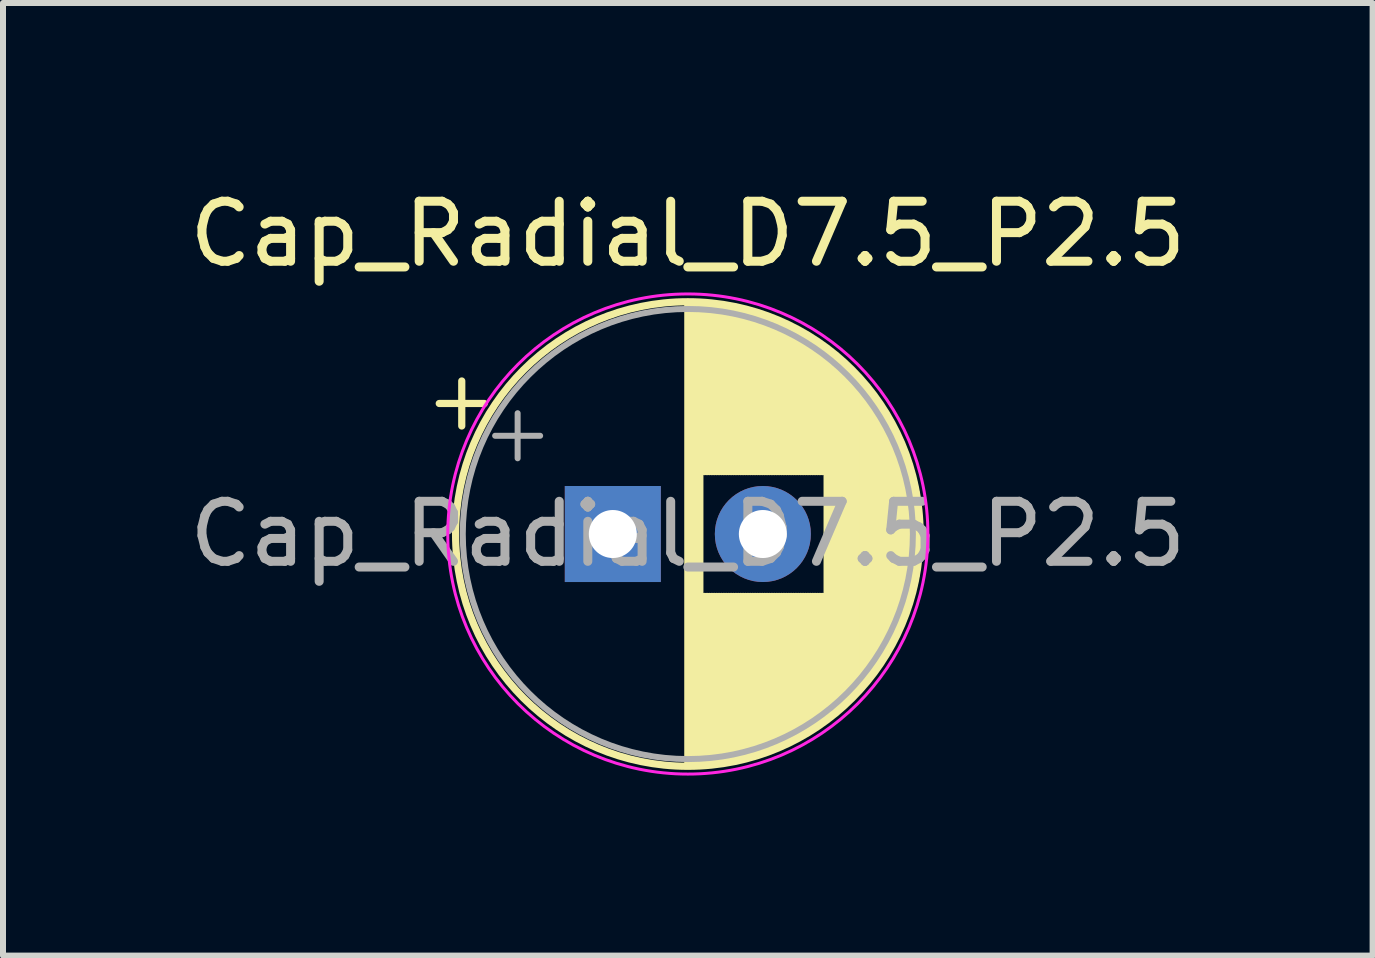
<source format=kicad_pcb>
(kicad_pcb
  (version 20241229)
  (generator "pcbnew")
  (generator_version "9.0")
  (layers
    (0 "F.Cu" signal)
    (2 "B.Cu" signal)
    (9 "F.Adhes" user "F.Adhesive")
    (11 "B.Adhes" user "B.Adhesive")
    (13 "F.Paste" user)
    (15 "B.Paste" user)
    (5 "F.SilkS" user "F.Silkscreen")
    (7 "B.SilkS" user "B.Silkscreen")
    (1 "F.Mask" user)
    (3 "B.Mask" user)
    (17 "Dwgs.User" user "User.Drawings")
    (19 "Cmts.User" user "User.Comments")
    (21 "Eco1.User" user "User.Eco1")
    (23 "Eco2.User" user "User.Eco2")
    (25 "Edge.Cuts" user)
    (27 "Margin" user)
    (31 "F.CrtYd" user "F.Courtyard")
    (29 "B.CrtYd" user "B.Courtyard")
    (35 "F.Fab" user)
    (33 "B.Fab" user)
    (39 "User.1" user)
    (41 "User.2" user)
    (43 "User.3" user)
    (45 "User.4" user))
  (footprint "Cap_Radial_D7.5_P2.5"
    (layer "F.Cu")
    (at 7.161 5.848)
    (property "Reference" "Cap_Radial_D7.5_P2.5" (at 1.25 -5 0) (layer "F.SilkS") (effects (font (size 1 1) (thickness 0.15))))
    (attr through_hole)
    (fp_line (start -2.892 -2.175) (end -2.142 -2.175) (stroke (width 0.12) (type solid)) (layer "F.SilkS"))
    (fp_line (start -2.517 -2.55) (end -2.517 -1.8) (stroke (width 0.12) (type solid)) (layer "F.SilkS"))
    (fp_line (start 1.25 -3.83) (end 1.25 3.83) (stroke (width 0.12) (type solid)) (layer "F.SilkS"))
    (fp_line (start 1.29 -3.83) (end 1.29 3.83) (stroke (width 0.12) (type solid)) (layer "F.SilkS"))
    (fp_line (start 1.33 -3.83) (end 1.33 3.83) (stroke (width 0.12) (type solid)) (layer "F.SilkS"))
    (fp_line (start 1.37 -3.829) (end 1.37 3.829) (stroke (width 0.12) (type solid)) (layer "F.SilkS"))
    (fp_line (start 1.41 -3.827) (end 1.41 3.827) (stroke (width 0.12) (type solid)) (layer "F.SilkS"))
    (fp_line (start 1.45 -3.825) (end 1.45 3.825) (stroke (width 0.12) (type solid)) (layer "F.SilkS"))
    (fp_line (start 1.49 -3.823) (end 1.49 -1.04) (stroke (width 0.12) (type solid)) (layer "F.SilkS"))
    (fp_line (start 1.49 1.04) (end 1.49 3.823) (stroke (width 0.12) (type solid)) (layer "F.SilkS"))
    (fp_line (start 1.53 -3.82) (end 1.53 -1.04) (stroke (width 0.12) (type solid)) (layer "F.SilkS"))
    (fp_line (start 1.53 1.04) (end 1.53 3.82) (stroke (width 0.12) (type solid)) (layer "F.SilkS"))
    (fp_line (start 1.57 -3.817) (end 1.57 -1.04) (stroke (width 0.12) (type solid)) (layer "F.SilkS"))
    (fp_line (start 1.57 1.04) (end 1.57 3.817) (stroke (width 0.12) (type solid)) (layer "F.SilkS"))
    (fp_line (start 1.61 -3.814) (end 1.61 -1.04) (stroke (width 0.12) (type solid)) (layer "F.SilkS"))
    (fp_line (start 1.61 1.04) (end 1.61 3.814) (stroke (width 0.12) (type solid)) (layer "F.SilkS"))
    (fp_line (start 1.65 -3.81) (end 1.65 -1.04) (stroke (width 0.12) (type solid)) (layer "F.SilkS"))
    (fp_line (start 1.65 1.04) (end 1.65 3.81) (stroke (width 0.12) (type solid)) (layer "F.SilkS"))
    (fp_line (start 1.69 -3.805) (end 1.69 -1.04) (stroke (width 0.12) (type solid)) (layer "F.SilkS"))
    (fp_line (start 1.69 1.04) (end 1.69 3.805) (stroke (width 0.12) (type solid)) (layer "F.SilkS"))
    (fp_line (start 1.73 -3.801) (end 1.73 -1.04) (stroke (width 0.12) (type solid)) (layer "F.SilkS"))
    (fp_line (start 1.73 1.04) (end 1.73 3.801) (stroke (width 0.12) (type solid)) (layer "F.SilkS"))
    (fp_line (start 1.77 -3.795) (end 1.77 -1.04) (stroke (width 0.12) (type solid)) (layer "F.SilkS"))
    (fp_line (start 1.77 1.04) (end 1.77 3.795) (stroke (width 0.12) (type solid)) (layer "F.SilkS"))
    (fp_line (start 1.81 -3.79) (end 1.81 -1.04) (stroke (width 0.12) (type solid)) (layer "F.SilkS"))
    (fp_line (start 1.81 1.04) (end 1.81 3.79) (stroke (width 0.12) (type solid)) (layer "F.SilkS"))
    (fp_line (start 1.85 -3.784) (end 1.85 -1.04) (stroke (width 0.12) (type solid)) (layer "F.SilkS"))
    (fp_line (start 1.85 1.04) (end 1.85 3.784) (stroke (width 0.12) (type solid)) (layer "F.SilkS"))
    (fp_line (start 1.89 -3.777) (end 1.89 -1.04) (stroke (width 0.12) (type solid)) (layer "F.SilkS"))
    (fp_line (start 1.89 1.04) (end 1.89 3.777) (stroke (width 0.12) (type solid)) (layer "F.SilkS"))
    (fp_line (start 1.93 -3.77) (end 1.93 -1.04) (stroke (width 0.12) (type solid)) (layer "F.SilkS"))
    (fp_line (start 1.93 1.04) (end 1.93 3.77) (stroke (width 0.12) (type solid)) (layer "F.SilkS"))
    (fp_line (start 1.971 -3.763) (end 1.971 -1.04) (stroke (width 0.12) (type solid)) (layer "F.SilkS"))
    (fp_line (start 1.971 1.04) (end 1.971 3.763) (stroke (width 0.12) (type solid)) (layer "F.SilkS"))
    (fp_line (start 2.011 -3.755) (end 2.011 -1.04) (stroke (width 0.12) (type solid)) (layer "F.SilkS"))
    (fp_line (start 2.011 1.04) (end 2.011 3.755) (stroke (width 0.12) (type solid)) (layer "F.SilkS"))
    (fp_line (start 2.051 -3.747) (end 2.051 -1.04) (stroke (width 0.12) (type solid)) (layer "F.SilkS"))
    (fp_line (start 2.051 1.04) (end 2.051 3.747) (stroke (width 0.12) (type solid)) (layer "F.SilkS"))
    (fp_line (start 2.091 -3.738) (end 2.091 -1.04) (stroke (width 0.12) (type solid)) (layer "F.SilkS"))
    (fp_line (start 2.091 1.04) (end 2.091 3.738) (stroke (width 0.12) (type solid)) (layer "F.SilkS"))
    (fp_line (start 2.131 -3.729) (end 2.131 -1.04) (stroke (width 0.12) (type solid)) (layer "F.SilkS"))
    (fp_line (start 2.131 1.04) (end 2.131 3.729) (stroke (width 0.12) (type solid)) (layer "F.SilkS"))
    (fp_line (start 2.171 -3.72) (end 2.171 -1.04) (stroke (width 0.12) (type solid)) (layer "F.SilkS"))
    (fp_line (start 2.171 1.04) (end 2.171 3.72) (stroke (width 0.12) (type solid)) (layer "F.SilkS"))
    (fp_line (start 2.211 -3.71) (end 2.211 -1.04) (stroke (width 0.12) (type solid)) (layer "F.SilkS"))
    (fp_line (start 2.211 1.04) (end 2.211 3.71) (stroke (width 0.12) (type solid)) (layer "F.SilkS"))
    (fp_line (start 2.251 -3.699) (end 2.251 -1.04) (stroke (width 0.12) (type solid)) (layer "F.SilkS"))
    (fp_line (start 2.251 1.04) (end 2.251 3.699) (stroke (width 0.12) (type solid)) (layer "F.SilkS"))
    (fp_line (start 2.291 -3.688) (end 2.291 -1.04) (stroke (width 0.12) (type solid)) (layer "F.SilkS"))
    (fp_line (start 2.291 1.04) (end 2.291 3.688) (stroke (width 0.12) (type solid)) (layer "F.SilkS"))
    (fp_line (start 2.331 -3.677) (end 2.331 -1.04) (stroke (width 0.12) (type solid)) (layer "F.SilkS"))
    (fp_line (start 2.331 1.04) (end 2.331 3.677) (stroke (width 0.12) (type solid)) (layer "F.SilkS"))
    (fp_line (start 2.371 -3.665) (end 2.371 -1.04) (stroke (width 0.12) (type solid)) (layer "F.SilkS"))
    (fp_line (start 2.371 1.04) (end 2.371 3.665) (stroke (width 0.12) (type solid)) (layer "F.SilkS"))
    (fp_line (start 2.411 -3.653) (end 2.411 -1.04) (stroke (width 0.12) (type solid)) (layer "F.SilkS"))
    (fp_line (start 2.411 1.04) (end 2.411 3.653) (stroke (width 0.12) (type solid)) (layer "F.SilkS"))
    (fp_line (start 2.451 -3.64) (end 2.451 -1.04) (stroke (width 0.12) (type solid)) (layer "F.SilkS"))
    (fp_line (start 2.451 1.04) (end 2.451 3.64) (stroke (width 0.12) (type solid)) (layer "F.SilkS"))
    (fp_line (start 2.491 -3.626) (end 2.491 -1.04) (stroke (width 0.12) (type solid)) (layer "F.SilkS"))
    (fp_line (start 2.491 1.04) (end 2.491 3.626) (stroke (width 0.12) (type solid)) (layer "F.SilkS"))
    (fp_line (start 2.531 -3.613) (end 2.531 -1.04) (stroke (width 0.12) (type solid)) (layer "F.SilkS"))
    (fp_line (start 2.531 1.04) (end 2.531 3.613) (stroke (width 0.12) (type solid)) (layer "F.SilkS"))
    (fp_line (start 2.571 -3.598) (end 2.571 -1.04) (stroke (width 0.12) (type solid)) (layer "F.SilkS"))
    (fp_line (start 2.571 1.04) (end 2.571 3.598) (stroke (width 0.12) (type solid)) (layer "F.SilkS"))
    (fp_line (start 2.611 -3.584) (end 2.611 -1.04) (stroke (width 0.12) (type solid)) (layer "F.SilkS"))
    (fp_line (start 2.611 1.04) (end 2.611 3.584) (stroke (width 0.12) (type solid)) (layer "F.SilkS"))
    (fp_line (start 2.651 -3.568) (end 2.651 -1.04) (stroke (width 0.12) (type solid)) (layer "F.SilkS"))
    (fp_line (start 2.651 1.04) (end 2.651 3.568) (stroke (width 0.12) (type solid)) (layer "F.SilkS"))
    (fp_line (start 2.691 -3.553) (end 2.691 -1.04) (stroke (width 0.12) (type solid)) (layer "F.SilkS"))
    (fp_line (start 2.691 1.04) (end 2.691 3.553) (stroke (width 0.12) (type solid)) (layer "F.SilkS"))
    (fp_line (start 2.731 -3.536) (end 2.731 -1.04) (stroke (width 0.12) (type solid)) (layer "F.SilkS"))
    (fp_line (start 2.731 1.04) (end 2.731 3.536) (stroke (width 0.12) (type solid)) (layer "F.SilkS"))
    (fp_line (start 2.771 -3.52) (end 2.771 -1.04) (stroke (width 0.12) (type solid)) (layer "F.SilkS"))
    (fp_line (start 2.771 1.04) (end 2.771 3.52) (stroke (width 0.12) (type solid)) (layer "F.SilkS"))
    (fp_line (start 2.811 -3.502) (end 2.811 -1.04) (stroke (width 0.12) (type solid)) (layer "F.SilkS"))
    (fp_line (start 2.811 1.04) (end 2.811 3.502) (stroke (width 0.12) (type solid)) (layer "F.SilkS"))
    (fp_line (start 2.851 -3.484) (end 2.851 -1.04) (stroke (width 0.12) (type solid)) (layer "F.SilkS"))
    (fp_line (start 2.851 1.04) (end 2.851 3.484) (stroke (width 0.12) (type solid)) (layer "F.SilkS"))
    (fp_line (start 2.891 -3.466) (end 2.891 -1.04) (stroke (width 0.12) (type solid)) (layer "F.SilkS"))
    (fp_line (start 2.891 1.04) (end 2.891 3.466) (stroke (width 0.12) (type solid)) (layer "F.SilkS"))
    (fp_line (start 2.931 -3.447) (end 2.931 -1.04) (stroke (width 0.12) (type solid)) (layer "F.SilkS"))
    (fp_line (start 2.931 1.04) (end 2.931 3.447) (stroke (width 0.12) (type solid)) (layer "F.SilkS"))
    (fp_line (start 2.971 -3.427) (end 2.971 -1.04) (stroke (width 0.12) (type solid)) (layer "F.SilkS"))
    (fp_line (start 2.971 1.04) (end 2.971 3.427) (stroke (width 0.12) (type solid)) (layer "F.SilkS"))
    (fp_line (start 3.011 -3.407) (end 3.011 -1.04) (stroke (width 0.12) (type solid)) (layer "F.SilkS"))
    (fp_line (start 3.011 1.04) (end 3.011 3.407) (stroke (width 0.12) (type solid)) (layer "F.SilkS"))
    (fp_line (start 3.051 -3.386) (end 3.051 -1.04) (stroke (width 0.12) (type solid)) (layer "F.SilkS"))
    (fp_line (start 3.051 1.04) (end 3.051 3.386) (stroke (width 0.12) (type solid)) (layer "F.SilkS"))
    (fp_line (start 3.091 -3.365) (end 3.091 -1.04) (stroke (width 0.12) (type solid)) (layer "F.SilkS"))
    (fp_line (start 3.091 1.04) (end 3.091 3.365) (stroke (width 0.12) (type solid)) (layer "F.SilkS"))
    (fp_line (start 3.131 -3.343) (end 3.131 -1.04) (stroke (width 0.12) (type solid)) (layer "F.SilkS"))
    (fp_line (start 3.131 1.04) (end 3.131 3.343) (stroke (width 0.12) (type solid)) (layer "F.SilkS"))
    (fp_line (start 3.171 -3.321) (end 3.171 -1.04) (stroke (width 0.12) (type solid)) (layer "F.SilkS"))
    (fp_line (start 3.171 1.04) (end 3.171 3.321) (stroke (width 0.12) (type solid)) (layer "F.SilkS"))
    (fp_line (start 3.211 -3.297) (end 3.211 -1.04) (stroke (width 0.12) (type solid)) (layer "F.SilkS"))
    (fp_line (start 3.211 1.04) (end 3.211 3.297) (stroke (width 0.12) (type solid)) (layer "F.SilkS"))
    (fp_line (start 3.251 -3.274) (end 3.251 -1.04) (stroke (width 0.12) (type solid)) (layer "F.SilkS"))
    (fp_line (start 3.251 1.04) (end 3.251 3.274) (stroke (width 0.12) (type solid)) (layer "F.SilkS"))
    (fp_line (start 3.291 -3.249) (end 3.291 -1.04) (stroke (width 0.12) (type solid)) (layer "F.SilkS"))
    (fp_line (start 3.291 1.04) (end 3.291 3.249) (stroke (width 0.12) (type solid)) (layer "F.SilkS"))
    (fp_line (start 3.331 -3.224) (end 3.331 -1.04) (stroke (width 0.12) (type solid)) (layer "F.SilkS"))
    (fp_line (start 3.331 1.04) (end 3.331 3.224) (stroke (width 0.12) (type solid)) (layer "F.SilkS"))
    (fp_line (start 3.371 -3.198) (end 3.371 -1.04) (stroke (width 0.12) (type solid)) (layer "F.SilkS"))
    (fp_line (start 3.371 1.04) (end 3.371 3.198) (stroke (width 0.12) (type solid)) (layer "F.SilkS"))
    (fp_line (start 3.411 -3.172) (end 3.411 -1.04) (stroke (width 0.12) (type solid)) (layer "F.SilkS"))
    (fp_line (start 3.411 1.04) (end 3.411 3.172) (stroke (width 0.12) (type solid)) (layer "F.SilkS"))
    (fp_line (start 3.451 -3.144) (end 3.451 -1.04) (stroke (width 0.12) (type solid)) (layer "F.SilkS"))
    (fp_line (start 3.451 1.04) (end 3.451 3.144) (stroke (width 0.12) (type solid)) (layer "F.SilkS"))
    (fp_line (start 3.491 -3.116) (end 3.491 -1.04) (stroke (width 0.12) (type solid)) (layer "F.SilkS"))
    (fp_line (start 3.491 1.04) (end 3.491 3.116) (stroke (width 0.12) (type solid)) (layer "F.SilkS"))
    (fp_line (start 3.531 -3.088) (end 3.531 -1.04) (stroke (width 0.12) (type solid)) (layer "F.SilkS"))
    (fp_line (start 3.531 1.04) (end 3.531 3.088) (stroke (width 0.12) (type solid)) (layer "F.SilkS"))
    (fp_line (start 3.571 -3.058) (end 3.571 3.058) (stroke (width 0.12) (type solid)) (layer "F.SilkS"))
    (fp_line (start 3.611 -3.028) (end 3.611 3.028) (stroke (width 0.12) (type solid)) (layer "F.SilkS"))
    (fp_line (start 3.651 -2.996) (end 3.651 2.996) (stroke (width 0.12) (type solid)) (layer "F.SilkS"))
    (fp_line (start 3.691 -2.964) (end 3.691 2.964) (stroke (width 0.12) (type solid)) (layer "F.SilkS"))
    (fp_line (start 3.731 -2.931) (end 3.731 2.931) (stroke (width 0.12) (type solid)) (layer "F.SilkS"))
    (fp_line (start 3.771 -2.898) (end 3.771 2.898) (stroke (width 0.12) (type solid)) (layer "F.SilkS"))
    (fp_line (start 3.811 -2.863) (end 3.811 2.863) (stroke (width 0.12) (type solid)) (layer "F.SilkS"))
    (fp_line (start 3.851 -2.827) (end 3.851 2.827) (stroke (width 0.12) (type solid)) (layer "F.SilkS"))
    (fp_line (start 3.891 -2.79) (end 3.891 2.79) (stroke (width 0.12) (type solid)) (layer "F.SilkS"))
    (fp_line (start 3.931 -2.752) (end 3.931 2.752) (stroke (width 0.12) (type solid)) (layer "F.SilkS"))
    (fp_line (start 3.971 -2.713) (end 3.971 2.713) (stroke (width 0.12) (type solid)) (layer "F.SilkS"))
    (fp_line (start 4.011 -2.673) (end 4.011 2.673) (stroke (width 0.12) (type solid)) (layer "F.SilkS"))
    (fp_line (start 4.051 -2.632) (end 4.051 2.632) (stroke (width 0.12) (type solid)) (layer "F.SilkS"))
    (fp_line (start 4.091 -2.589) (end 4.091 2.589) (stroke (width 0.12) (type solid)) (layer "F.SilkS"))
    (fp_line (start 4.131 -2.546) (end 4.131 2.546) (stroke (width 0.12) (type solid)) (layer "F.SilkS"))
    (fp_line (start 4.171 -2.5) (end 4.171 2.5) (stroke (width 0.12) (type solid)) (layer "F.SilkS"))
    (fp_line (start 4.211 -2.454) (end 4.211 2.454) (stroke (width 0.12) (type solid)) (layer "F.SilkS"))
    (fp_line (start 4.251 -2.405) (end 4.251 2.405) (stroke (width 0.12) (type solid)) (layer "F.SilkS"))
    (fp_line (start 4.291 -2.355) (end 4.291 2.355) (stroke (width 0.12) (type solid)) (layer "F.SilkS"))
    (fp_line (start 4.331 -2.304) (end 4.331 2.304) (stroke (width 0.12) (type solid)) (layer "F.SilkS"))
    (fp_line (start 4.371 -2.25) (end 4.371 2.25) (stroke (width 0.12) (type solid)) (layer "F.SilkS"))
    (fp_line (start 4.411 -2.195) (end 4.411 2.195) (stroke (width 0.12) (type solid)) (layer "F.SilkS"))
    (fp_line (start 4.451 -2.137) (end 4.451 2.137) (stroke (width 0.12) (type solid)) (layer "F.SilkS"))
    (fp_line (start 4.491 -2.077) (end 4.491 2.077) (stroke (width 0.12) (type solid)) (layer "F.SilkS"))
    (fp_line (start 4.531 -2.014) (end 4.531 2.014) (stroke (width 0.12) (type solid)) (layer "F.SilkS"))
    (fp_line (start 4.571 -1.949) (end 4.571 1.949) (stroke (width 0.12) (type solid)) (layer "F.SilkS"))
    (fp_line (start 4.611 -1.881) (end 4.611 1.881) (stroke (width 0.12) (type solid)) (layer "F.SilkS"))
    (fp_line (start 4.651 -1.809) (end 4.651 1.809) (stroke (width 0.12) (type solid)) (layer "F.SilkS"))
    (fp_line (start 4.691 -1.733) (end 4.691 1.733) (stroke (width 0.12) (type solid)) (layer "F.SilkS"))
    (fp_line (start 4.731 -1.654) (end 4.731 1.654) (stroke (width 0.12) (type solid)) (layer "F.SilkS"))
    (fp_line (start 4.771 -1.569) (end 4.771 1.569) (stroke (width 0.12) (type solid)) (layer "F.SilkS"))
    (fp_line (start 4.811 -1.478) (end 4.811 1.478) (stroke (width 0.12) (type solid)) (layer "F.SilkS"))
    (fp_line (start 4.851 -1.381) (end 4.851 1.381) (stroke (width 0.12) (type solid)) (layer "F.SilkS"))
    (fp_line (start 4.891 -1.275) (end 4.891 1.275) (stroke (width 0.12) (type solid)) (layer "F.SilkS"))
    (fp_line (start 4.931 -1.158) (end 4.931 1.158) (stroke (width 0.12) (type solid)) (layer "F.SilkS"))
    (fp_line (start 4.971 -1.028) (end 4.971 1.028) (stroke (width 0.12) (type solid)) (layer "F.SilkS"))
    (fp_line (start 5.011 -0.877) (end 5.011 0.877) (stroke (width 0.12) (type solid)) (layer "F.SilkS"))
    (fp_line (start 5.051 -0.693) (end 5.051 0.693) (stroke (width 0.12) (type solid)) (layer "F.SilkS"))
    (fp_line (start 5.091 -0.441) (end 5.091 0.441) (stroke (width 0.12) (type solid)) (layer "F.SilkS"))
    (fp_circle (center 1.25 0) (end 5.12 0) (stroke (width 0.12) (type solid)) (fill no) (layer "F.SilkS"))
    (fp_circle (center 1.25 0) (end 5.25 0) (stroke (width 0.05) (type solid)) (fill no) (layer "F.CrtYd"))
    (fp_line (start -1.961 -1.637) (end -1.211 -1.637) (stroke (width 0.1) (type solid)) (layer "F.Fab"))
    (fp_line (start -1.586 -2.013) (end -1.586 -1.262) (stroke (width 0.1) (type solid)) (layer "F.Fab"))
    (fp_circle (center 1.25 0) (end 5 0) (stroke (width 0.1) (type solid)) (fill no) (layer "F.Fab"))
    (fp_text user "${REFERENCE}" (at 1.25 0 0) (layer "F.Fab") (effects (font (size 1 1) (thickness 0.15))))
    (pad "1" thru_hole rect (at 0 0) (size 1.6 1.6) (drill 0.8) (layers "*.Cu" "*.Mask"))
    (pad "2" thru_hole circle (at 2.5 0) (size 1.6 1.6) (drill 0.8) (layers "*.Cu" "*.Mask")))
  (gr_rect
    (start -3 -3)
    (end 19.821 12.873)
    (stroke (width 0.1) (type default))
    (fill no)
    (layer "Edge.Cuts")))
</source>
